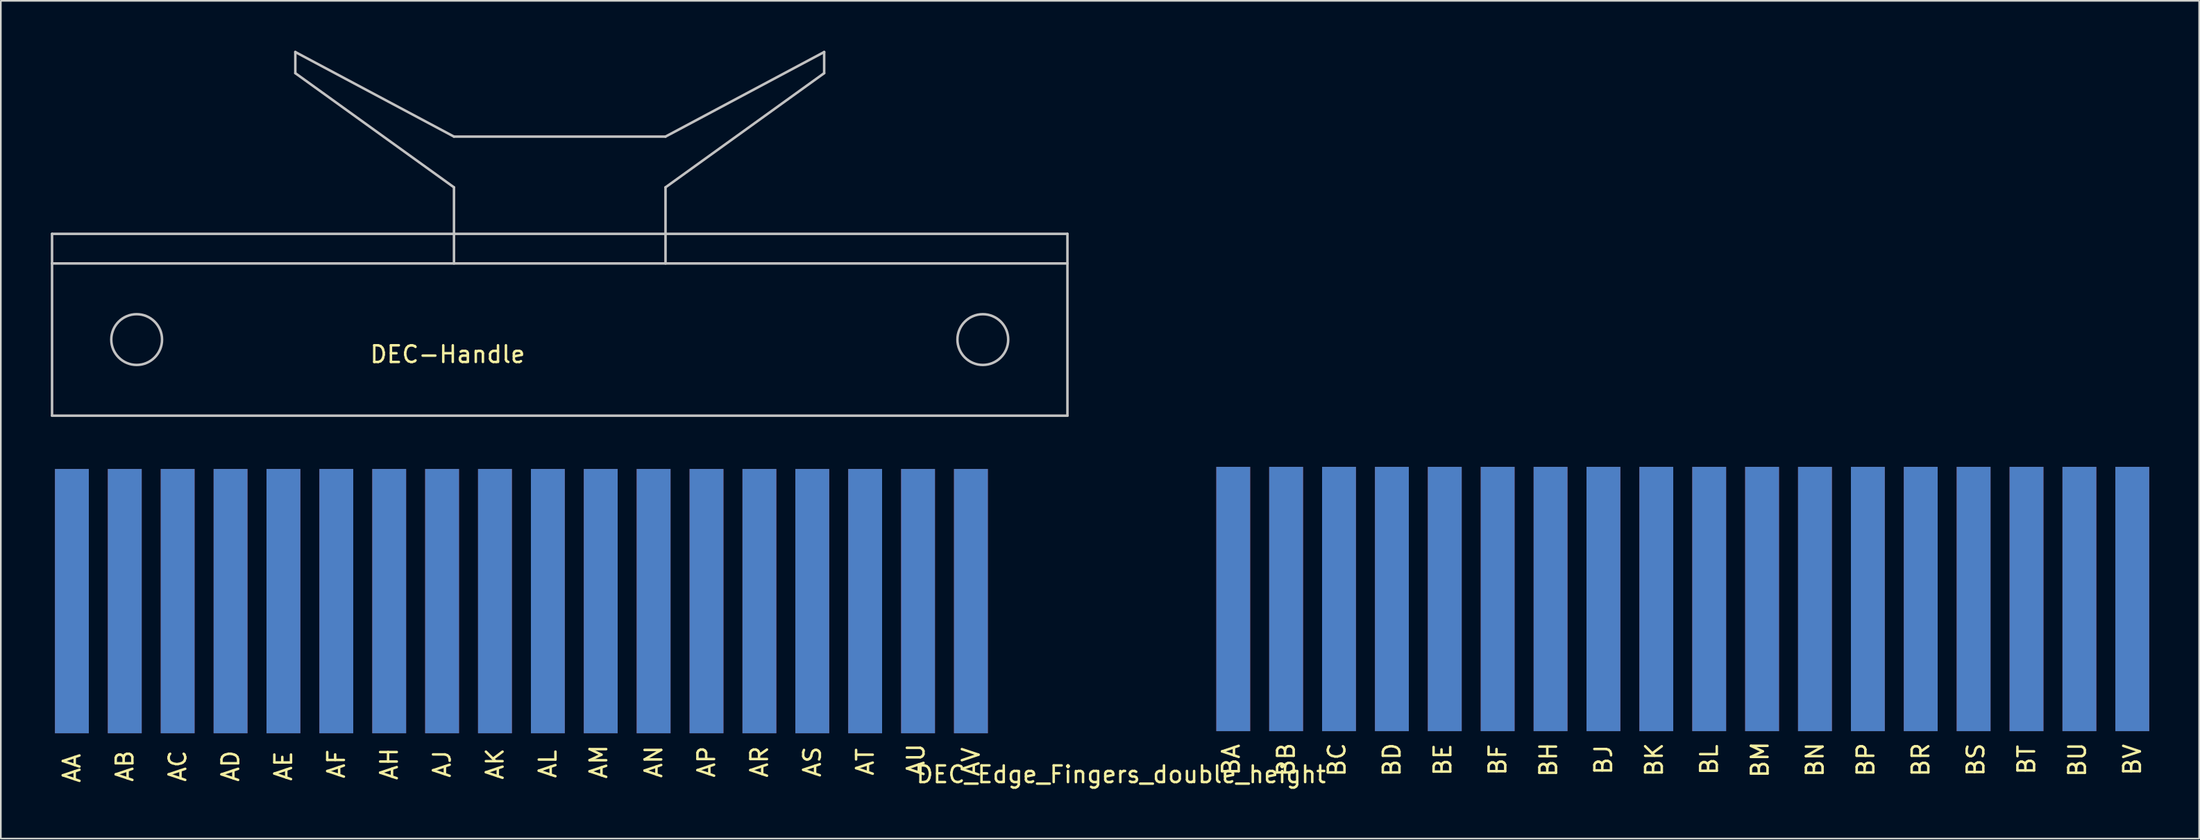
<source format=kicad_pcb>
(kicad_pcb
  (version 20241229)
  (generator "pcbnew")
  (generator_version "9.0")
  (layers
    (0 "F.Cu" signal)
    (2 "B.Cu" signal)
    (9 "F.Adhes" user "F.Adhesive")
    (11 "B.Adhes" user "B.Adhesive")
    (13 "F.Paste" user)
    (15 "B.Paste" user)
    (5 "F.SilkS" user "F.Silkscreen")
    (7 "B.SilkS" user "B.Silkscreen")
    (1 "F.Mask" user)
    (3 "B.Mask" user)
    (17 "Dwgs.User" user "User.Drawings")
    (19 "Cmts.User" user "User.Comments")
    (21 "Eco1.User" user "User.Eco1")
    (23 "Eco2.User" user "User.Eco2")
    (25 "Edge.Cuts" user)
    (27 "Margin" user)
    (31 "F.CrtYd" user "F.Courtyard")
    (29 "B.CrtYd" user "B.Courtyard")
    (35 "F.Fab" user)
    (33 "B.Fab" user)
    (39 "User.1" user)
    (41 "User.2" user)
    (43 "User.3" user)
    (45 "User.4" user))
  (footprint "DEC_Edge_Fingers_double_height"
    (layer "F.Cu")
    (at 0.25 41.059)
    (property "Reference" "DEC_Edge_Fingers_double_height" (at 64.008 2.413 0) (layer "F.SilkS") (effects (font (size 1 1) (thickness 0.15))))
    (attr through_hole)
    (fp_text user "BP" (at 108.712 1.524 90) (layer "F.SilkS") (effects (font (size 1 1) (thickness 0.15))))
    (fp_text user "AA" (at 1.016 2.032 90) (layer "F.SilkS") (effects (font (size 1 1) (thickness 0.15))))
    (fp_text user "BS" (at 115.316 1.524 90) (layer "F.SilkS") (effects (font (size 1 1) (thickness 0.15))))
    (fp_text user "AT" (at 48.641 1.651 90) (layer "F.SilkS") (effects (font (size 1 1) (thickness 0.15))))
    (fp_text user "AC" (at 7.366 1.905 90) (layer "F.SilkS") (effects (font (size 1 1) (thickness 0.15))))
    (fp_text user "BD" (at 80.264 1.524 90) (layer "F.SilkS") (effects (font (size 1 1) (thickness 0.15))))
    (fp_text user "BK" (at 96.012 1.524 90) (layer "F.SilkS") (effects (font (size 1 1) (thickness 0.15))))
    (fp_text user "BM" (at 102.362 1.524 90) (layer "F.SilkS") (effects (font (size 1 1) (thickness 0.15))))
    (fp_text user "AM" (at 32.639 1.651 90) (layer "F.SilkS") (effects (font (size 1 1) (thickness 0.15))))
    (fp_text user "BC" (at 76.962 1.524 90) (layer "F.SilkS") (effects (font (size 1 1) (thickness 0.15))))
    (fp_text user "AK" (at 26.416 1.778 90) (layer "F.SilkS") (effects (font (size 1 1) (thickness 0.15))))
    (fp_text user "BE" (at 83.312 1.524 90) (layer "F.SilkS") (effects (font (size 1 1) (thickness 0.15))))
    (fp_text user "BT" (at 118.364 1.524 90) (layer "F.SilkS") (effects (font (size 1 1) (thickness 0.15))))
    (fp_text user "BA" (at 70.612 1.524 90) (layer "F.SilkS") (effects (font (size 1 1) (thickness 0.15))))
    (fp_text user "BN" (at 105.664 1.524 90) (layer "F.SilkS") (effects (font (size 1 1) (thickness 0.15))))
    (fp_text user "AN" (at 35.941 1.651 90) (layer "F.SilkS") (effects (font (size 1 1) (thickness 0.15))))
    (fp_text user "BF" (at 86.614 1.524 90) (layer "F.SilkS") (effects (font (size 1 1) (thickness 0.15))))
    (fp_text user "AD" (at 10.541 1.905 90) (layer "F.SilkS") (effects (font (size 1 1) (thickness 0.15))))
    (fp_text user "AV" (at 54.991 1.651 90) (layer "F.SilkS") (effects (font (size 1 1) (thickness 0.15))))
    (fp_text user "BJ" (at 92.964 1.524 90) (layer "F.SilkS") (effects (font (size 1 1) (thickness 0.15))))
    (fp_text user "BH" (at 89.662 1.524 90) (layer "F.SilkS") (effects (font (size 1 1) (thickness 0.15))))
    (fp_text user "AH" (at 20.066 1.778 90) (layer "F.SilkS") (effects (font (size 1 1) (thickness 0.15))))
    (fp_text user "BV" (at 124.714 1.524 90) (layer "F.SilkS") (effects (font (size 1 1) (thickness 0.15))))
    (fp_text user "AF" (at 16.891 1.778 90) (layer "F.SilkS") (effects (font (size 1 1) (thickness 0.15))))
    (fp_text user "BL" (at 99.314 1.524 90) (layer "F.SilkS") (effects (font (size 1 1) (thickness 0.15))))
    (fp_text user "AE" (at 13.716 1.905 90) (layer "F.SilkS") (effects (font (size 1 1) (thickness 0.15))))
    (fp_text user "AU" (at 51.689 1.524 90) (layer "F.SilkS") (effects (font (size 1 1) (thickness 0.15))))
    (fp_text user "BR" (at 112.014 1.524 90) (layer "F.SilkS") (effects (font (size 1 1) (thickness 0.15))))
    (fp_text user "AP" (at 39.116 1.651 90) (layer "F.SilkS") (effects (font (size 1 1) (thickness 0.15))))
    (fp_text user "AS" (at 45.466 1.651 90) (layer "F.SilkS") (effects (font (size 1 1) (thickness 0.15))))
    (fp_text user "AJ" (at 23.241 1.778 90) (layer "F.SilkS") (effects (font (size 1 1) (thickness 0.15))))
    (fp_text user "AR" (at 42.291 1.651 90) (layer "F.SilkS") (effects (font (size 1 1) (thickness 0.15))))
    (fp_text user "AB" (at 4.191 1.905 90) (layer "F.SilkS") (effects (font (size 1 1) (thickness 0.15))))
    (fp_text user "BU" (at 121.412 1.524 90) (layer "F.SilkS") (effects (font (size 1 1) (thickness 0.15))))
    (fp_text user "BB" (at 73.914 1.524 90) (layer "F.SilkS") (effects (font (size 1 1) (thickness 0.15))))
    (fp_text user "AL" (at 29.591 1.778 90) (layer "F.SilkS") (effects (font (size 1 1) (thickness 0.15))))
    (pad "AA1" connect rect (at 1.016 -8.001) (size 2.032 15.875) (layers "F.Cu" "F.Mask"))
    (pad "AA2" connect rect (at 1.016 -8.001) (size 2.032 15.875) (layers "B.Cu" "B.Mask"))
    (pad "AB1" connect rect (at 4.191 -8.001) (size 2.032 15.875) (layers "F.Cu" "F.Mask"))
    (pad "AB2" connect rect (at 4.191 -8.001) (size 2.032 15.875) (layers "B.Cu" "B.Mask"))
    (pad "AC1" connect rect (at 7.366 -8.001) (size 2.032 15.875) (layers "F.Cu" "F.Mask"))
    (pad "AC2" connect rect (at 7.366 -8.001) (size 2.032 15.875) (layers "B.Cu" "B.Mask"))
    (pad "AD1" connect rect (at 10.541 -8.001) (size 2.032 15.875) (layers "F.Cu" "F.Mask"))
    (pad "AD2" connect rect (at 10.541 -8.001) (size 2.032 15.875) (layers "B.Cu" "B.Mask"))
    (pad "AE1" connect rect (at 13.716 -8.001) (size 2.032 15.875) (layers "F.Cu" "F.Mask"))
    (pad "AE2" connect rect (at 13.716 -8.001) (size 2.032 15.875) (layers "B.Cu" "B.Mask"))
    (pad "AF1" connect rect (at 16.891 -8.001) (size 2.032 15.875) (layers "F.Cu" "F.Mask"))
    (pad "AF2" connect rect (at 16.891 -8.001) (size 2.032 15.875) (layers "B.Cu" "B.Mask"))
    (pad "AH1" connect rect (at 20.066 -8.001) (size 2.032 15.875) (layers "F.Cu" "F.Mask"))
    (pad "AH2" connect rect (at 20.066 -8.001) (size 2.032 15.875) (layers "B.Cu" "B.Mask"))
    (pad "AJ1" connect rect (at 23.241 -8.001) (size 2.032 15.875) (layers "F.Cu" "F.Mask"))
    (pad "AJ2" connect rect (at 23.241 -8.001) (size 2.032 15.875) (layers "B.Cu" "B.Mask"))
    (pad "AK1" connect rect (at 26.416 -8.001) (size 2.032 15.875) (layers "F.Cu" "F.Mask"))
    (pad "AK2" connect rect (at 26.416 -8.001) (size 2.032 15.875) (layers "B.Cu" "B.Mask"))
    (pad "AL1" connect rect (at 29.591 -8.001) (size 2.032 15.875) (layers "F.Cu" "F.Mask"))
    (pad "AL2" connect rect (at 29.591 -8.001) (size 2.032 15.875) (layers "B.Cu" "B.Mask"))
    (pad "AM1" connect rect (at 32.766 -8.001) (size 2.032 15.875) (layers "F.Cu" "F.Mask"))
    (pad "AM2" connect rect (at 32.766 -8.001) (size 2.032 15.875) (layers "B.Cu" "B.Mask"))
    (pad "AN1" connect rect (at 35.941 -8.001) (size 2.032 15.875) (layers "F.Cu" "F.Mask"))
    (pad "AN2" connect rect (at 35.941 -8.001) (size 2.032 15.875) (layers "B.Cu" "B.Mask"))
    (pad "AP1" connect rect (at 39.116 -8.001) (size 2.032 15.875) (layers "F.Cu" "F.Mask"))
    (pad "AP2" connect rect (at 39.116 -8.001) (size 2.032 15.875) (layers "B.Cu" "B.Mask"))
    (pad "AR1" connect rect (at 42.291 -8.001) (size 2.032 15.875) (layers "F.Cu" "F.Mask"))
    (pad "AR2" connect rect (at 42.291 -8.001) (size 2.032 15.875) (layers "B.Cu" "B.Mask"))
    (pad "AS1" connect rect (at 45.466 -8.001) (size 2.032 15.875) (layers "F.Cu" "F.Mask"))
    (pad "AS2" connect rect (at 45.466 -8.001) (size 2.032 15.875) (layers "B.Cu" "B.Mask"))
    (pad "AT1" connect rect (at 48.641 -8.001) (size 2.032 15.875) (layers "F.Cu" "F.Mask"))
    (pad "AT2" connect rect (at 48.641 -8.001) (size 2.032 15.875) (layers "B.Cu" "B.Mask"))
    (pad "AU1" connect rect (at 51.816 -8.001) (size 2.032 15.875) (layers "F.Cu" "F.Mask"))
    (pad "AU2" connect rect (at 51.816 -8.001) (size 2.032 15.875) (layers "B.Cu" "B.Mask"))
    (pad "AV1" connect rect (at 54.991 -8.001) (size 2.032 15.875) (layers "F.Cu" "F.Mask"))
    (pad "AV2" connect rect (at 54.991 -8.001) (size 2.032 15.875) (layers "B.Cu" "B.Mask"))
    (pad "BA1" connect rect (at 70.739 -8.128) (size 2.032 15.875) (layers "F.Cu" "F.Mask"))
    (pad "BA2" connect rect (at 70.739 -8.128) (size 2.032 15.875) (layers "B.Cu" "B.Mask"))
    (pad "BB1" connect rect (at 73.914 -8.128) (size 2.032 15.875) (layers "F.Cu" "F.Mask"))
    (pad "BB2" connect rect (at 73.914 -8.128) (size 2.032 15.875) (layers "B.Cu" "B.Mask"))
    (pad "BC1" connect rect (at 77.089 -8.128) (size 2.032 15.875) (layers "F.Cu" "F.Mask"))
    (pad "BC2" connect rect (at 77.089 -8.128) (size 2.032 15.875) (layers "B.Cu" "B.Mask"))
    (pad "BD1" connect rect (at 80.264 -8.128) (size 2.032 15.875) (layers "F.Cu" "F.Mask"))
    (pad "BD2" connect rect (at 80.264 -8.128) (size 2.032 15.875) (layers "B.Cu" "B.Mask"))
    (pad "BE1" connect rect (at 83.439 -8.128) (size 2.032 15.875) (layers "F.Cu" "F.Mask"))
    (pad "BE2" connect rect (at 83.439 -8.128) (size 2.032 15.875) (layers "B.Cu" "B.Mask"))
    (pad "BF1" connect rect (at 86.614 -8.128) (size 2.032 15.875) (layers "F.Cu" "F.Mask"))
    (pad "BF2" connect rect (at 86.614 -8.128) (size 2.032 15.875) (layers "B.Cu" "B.Mask"))
    (pad "BH1" connect rect (at 89.789 -8.128) (size 2.032 15.875) (layers "F.Cu" "F.Mask"))
    (pad "BH2" connect rect (at 89.789 -8.128) (size 2.032 15.875) (layers "B.Cu" "B.Mask"))
    (pad "BJ1" connect rect (at 92.964 -8.128) (size 2.032 15.875) (layers "F.Cu" "F.Mask"))
    (pad "BJ2" connect rect (at 92.964 -8.128) (size 2.032 15.875) (layers "B.Cu" "B.Mask"))
    (pad "BK1" connect rect (at 96.139 -8.128) (size 2.032 15.875) (layers "F.Cu" "F.Mask"))
    (pad "BK2" connect rect (at 96.139 -8.128) (size 2.032 15.875) (layers "B.Cu" "B.Mask"))
    (pad "BL1" connect rect (at 99.314 -8.128) (size 2.032 15.875) (layers "F.Cu" "F.Mask"))
    (pad "BL2" connect rect (at 99.314 -8.128) (size 2.032 15.875) (layers "B.Cu" "B.Mask"))
    (pad "BM1" connect rect (at 102.489 -8.128) (size 2.032 15.875) (layers "F.Cu" "F.Mask"))
    (pad "BM2" connect rect (at 102.489 -8.128) (size 2.032 15.875) (layers "B.Cu" "B.Mask"))
    (pad "BN1" connect rect (at 105.664 -8.128) (size 2.032 15.875) (layers "F.Cu" "F.Mask"))
    (pad "BN2" connect rect (at 105.664 -8.128) (size 2.032 15.875) (layers "B.Cu" "B.Mask"))
    (pad "BP1" connect rect (at 108.839 -8.128) (size 2.032 15.875) (layers "F.Cu" "F.Mask"))
    (pad "BP2" connect rect (at 108.839 -8.128) (size 2.032 15.875) (layers "B.Cu" "B.Mask"))
    (pad "BR1" connect rect (at 112.014 -8.128) (size 2.032 15.875) (layers "F.Cu" "F.Mask"))
    (pad "BR2" connect rect (at 112.014 -8.128) (size 2.032 15.875) (layers "B.Cu" "B.Mask"))
    (pad "BS1" connect rect (at 115.189 -8.128) (size 2.032 15.875) (layers "F.Cu" "F.Mask"))
    (pad "BS2" connect rect (at 115.189 -8.128) (size 2.032 15.875) (layers "B.Cu" "B.Mask"))
    (pad "BT1" connect rect (at 118.364 -8.128) (size 2.032 15.875) (layers "F.Cu" "F.Mask"))
    (pad "BT2" connect rect (at 118.364 -8.128) (size 2.032 15.875) (layers "B.Cu" "B.Mask"))
    (pad "BU1" connect rect (at 121.539 -8.128) (size 2.032 15.875) (layers "F.Cu" "F.Mask"))
    (pad "BU2" connect rect (at 121.539 -8.128) (size 2.032 15.875) (layers "B.Cu" "B.Mask"))
    (pad "BV1" connect rect (at 124.714 -8.128) (size 2.032 15.875) (layers "F.Cu" "F.Mask"))
    (pad "BV2" connect rect (at 124.714 -8.128) (size 2.032 15.875) (layers "B.Cu" "B.Mask")))
  (footprint "DEC-Handle"
    (layer "F.Cu")
    (at 30.555 12.775)
    (property "Reference" "DEC-Handle" (at -6.731 5.461 0) (layer "F.SilkS") (effects (font (size 1 1) (thickness 0.15))))
    (attr through_hole)
    (fp_line (start -30.48 -1.778) (end 30.48 -1.778) (stroke (width 0.15) (type solid)) (layer "Dwgs.User"))
    (fp_line (start -30.48 0) (end -30.48 -1.778) (stroke (width 0.15) (type solid)) (layer "Dwgs.User"))
    (fp_line (start -30.48 0) (end -30.48 9.144) (stroke (width 0.15) (type solid)) (layer "Dwgs.User"))
    (fp_line (start -30.48 0) (end 30.48 0) (stroke (width 0.15) (type solid)) (layer "Dwgs.User"))
    (fp_line (start -30.48 9.144) (end 30.48 9.144) (stroke (width 0.15) (type solid)) (layer "Dwgs.User"))
    (fp_line (start -15.875 -12.7) (end -15.875 -11.43) (stroke (width 0.15) (type solid)) (layer "Dwgs.User"))
    (fp_line (start -15.875 -12.7) (end -6.35 -7.62) (stroke (width 0.15) (type solid)) (layer "Dwgs.User"))
    (fp_line (start -6.35 -7.62) (end 6.35 -7.62) (stroke (width 0.15) (type solid)) (layer "Dwgs.User"))
    (fp_line (start -6.35 -4.572) (end -15.875 -11.43) (stroke (width 0.15) (type solid)) (layer "Dwgs.User"))
    (fp_line (start -6.35 0) (end -6.35 -4.572) (stroke (width 0.15) (type solid)) (layer "Dwgs.User"))
    (fp_line (start 6.35 -7.62) (end 15.875 -12.7) (stroke (width 0.15) (type solid)) (layer "Dwgs.User"))
    (fp_line (start 6.35 -4.572) (end 15.875 -11.43) (stroke (width 0.15) (type solid)) (layer "Dwgs.User"))
    (fp_line (start 6.35 0) (end 6.35 -4.572) (stroke (width 0.15) (type solid)) (layer "Dwgs.User"))
    (fp_line (start 15.875 -12.7) (end 15.875 -11.43) (stroke (width 0.15) (type solid)) (layer "Dwgs.User"))
    (fp_line (start 30.48 0) (end 30.48 -1.778) (stroke (width 0.15) (type solid)) (layer "Dwgs.User"))
    (fp_line (start 30.48 0) (end 30.48 9.144) (stroke (width 0.15) (type solid)) (layer "Dwgs.User"))
    (fp_circle (center -25.4 4.572) (end -26.924 4.572) (stroke (width 0.15) (type solid)) (fill no) (layer "Dwgs.User"))
    (fp_circle (center 25.4 4.572) (end 26.924 4.572) (stroke (width 0.15) (type solid)) (fill no) (layer "Dwgs.User")))
  (gr_rect
    (start -3 -3)
    (end 128.98 47.321)
    (stroke (width 0.1) (type default))
    (fill no)
    (layer "Edge.Cuts")))
</source>
